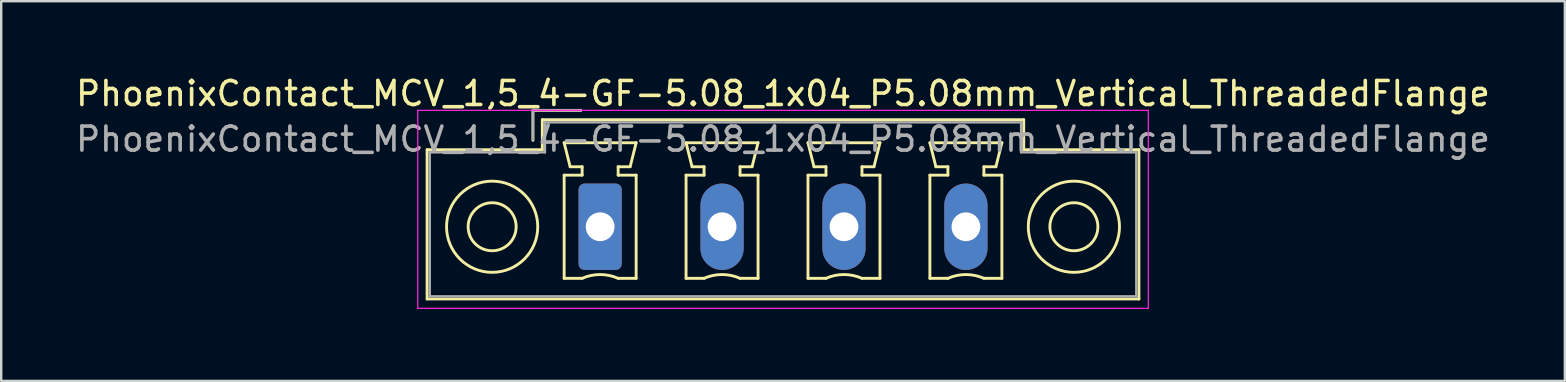
<source format=kicad_pcb>
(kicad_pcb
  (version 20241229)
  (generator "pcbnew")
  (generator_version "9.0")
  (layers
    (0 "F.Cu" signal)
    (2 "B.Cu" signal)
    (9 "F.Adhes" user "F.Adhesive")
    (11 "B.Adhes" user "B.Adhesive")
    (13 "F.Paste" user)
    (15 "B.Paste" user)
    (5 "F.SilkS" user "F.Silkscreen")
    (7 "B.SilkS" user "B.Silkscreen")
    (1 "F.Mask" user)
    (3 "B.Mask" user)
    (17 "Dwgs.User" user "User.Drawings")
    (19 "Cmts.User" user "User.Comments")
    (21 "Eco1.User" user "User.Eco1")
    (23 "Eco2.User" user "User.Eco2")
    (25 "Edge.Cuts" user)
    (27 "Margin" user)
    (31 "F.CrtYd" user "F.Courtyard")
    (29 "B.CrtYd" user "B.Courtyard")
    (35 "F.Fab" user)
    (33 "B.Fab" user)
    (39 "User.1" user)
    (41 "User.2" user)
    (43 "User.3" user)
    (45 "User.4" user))
  (footprint "PhoenixContact_MCV_1,5_4-GF-5.08_1x04_P5.08mm_Vertical_ThreadedFlange"
    (layer "F.Cu")
    (at 21.957 6.398)
    (property "Reference" "PhoenixContact_MCV_1,5_4-GF-5.08_1x04_P5.08mm_Vertical_ThreadedFlange" (at 7.62 -5.55 0) (layer "F.SilkS") (effects (font (size 1 1) (thickness 0.15))))
    (attr through_hole)
    (fp_line (start -7.21 -3.21) (end -7.21 3.01) (stroke (width 0.12) (type solid)) (layer "F.SilkS"))
    (fp_line (start -7.21 3.01) (end 22.45 3.01) (stroke (width 0.12) (type solid)) (layer "F.SilkS"))
    (fp_line (start -2.8 -4.85) (end -0.8 -4.85) (stroke (width 0.12) (type solid)) (layer "F.SilkS"))
    (fp_line (start -2.8 -3.6) (end -2.8 -4.85) (stroke (width 0.12) (type solid)) (layer "F.SilkS"))
    (fp_line (start -2.41 -4.46) (end -2.41 -3.21) (stroke (width 0.12) (type solid)) (layer "F.SilkS"))
    (fp_line (start -2.41 -3.21) (end -7.21 -3.21) (stroke (width 0.12) (type solid)) (layer "F.SilkS"))
    (fp_line (start -1.5 -3.5) (end 1.5 -3.5) (stroke (width 0.12) (type solid)) (layer "F.SilkS"))
    (fp_line (start -1.5 -2.15) (end -0.75 -2.15) (stroke (width 0.12) (type solid)) (layer "F.SilkS"))
    (fp_line (start -1.5 2.15) (end -1.5 -2.15) (stroke (width 0.12) (type solid)) (layer "F.SilkS"))
    (fp_line (start -1.25 -2.5) (end -1.5 -3.5) (stroke (width 0.12) (type solid)) (layer "F.SilkS"))
    (fp_line (start -0.75 -2.5) (end -1.25 -2.5) (stroke (width 0.12) (type solid)) (layer "F.SilkS"))
    (fp_line (start -0.75 -2.15) (end -0.75 -2.5) (stroke (width 0.12) (type solid)) (layer "F.SilkS"))
    (fp_line (start -0.75 2.15) (end -1.5 2.15) (stroke (width 0.12) (type solid)) (layer "F.SilkS"))
    (fp_line (start 0.75 -2.5) (end 0.75 -2.15) (stroke (width 0.12) (type solid)) (layer "F.SilkS"))
    (fp_line (start 0.75 -2.15) (end 1.5 -2.15) (stroke (width 0.12) (type solid)) (layer "F.SilkS"))
    (fp_line (start 1.25 -2.5) (end 0.75 -2.5) (stroke (width 0.12) (type solid)) (layer "F.SilkS"))
    (fp_line (start 1.5 -3.5) (end 1.25 -2.5) (stroke (width 0.12) (type solid)) (layer "F.SilkS"))
    (fp_line (start 1.5 -2.15) (end 1.5 2.15) (stroke (width 0.12) (type solid)) (layer "F.SilkS"))
    (fp_line (start 1.5 2.15) (end 0.75 2.15) (stroke (width 0.12) (type solid)) (layer "F.SilkS"))
    (fp_line (start 3.58 -3.5) (end 6.58 -3.5) (stroke (width 0.12) (type solid)) (layer "F.SilkS"))
    (fp_line (start 3.58 -2.15) (end 4.33 -2.15) (stroke (width 0.12) (type solid)) (layer "F.SilkS"))
    (fp_line (start 3.58 2.15) (end 3.58 -2.15) (stroke (width 0.12) (type solid)) (layer "F.SilkS"))
    (fp_line (start 3.83 -2.5) (end 3.58 -3.5) (stroke (width 0.12) (type solid)) (layer "F.SilkS"))
    (fp_line (start 4.33 -2.5) (end 3.83 -2.5) (stroke (width 0.12) (type solid)) (layer "F.SilkS"))
    (fp_line (start 4.33 -2.15) (end 4.33 -2.5) (stroke (width 0.12) (type solid)) (layer "F.SilkS"))
    (fp_line (start 4.33 2.15) (end 3.58 2.15) (stroke (width 0.12) (type solid)) (layer "F.SilkS"))
    (fp_line (start 5.83 -2.5) (end 5.83 -2.15) (stroke (width 0.12) (type solid)) (layer "F.SilkS"))
    (fp_line (start 5.83 -2.15) (end 6.58 -2.15) (stroke (width 0.12) (type solid)) (layer "F.SilkS"))
    (fp_line (start 6.33 -2.5) (end 5.83 -2.5) (stroke (width 0.12) (type solid)) (layer "F.SilkS"))
    (fp_line (start 6.58 -3.5) (end 6.33 -2.5) (stroke (width 0.12) (type solid)) (layer "F.SilkS"))
    (fp_line (start 6.58 -2.15) (end 6.58 2.15) (stroke (width 0.12) (type solid)) (layer "F.SilkS"))
    (fp_line (start 6.58 2.15) (end 5.83 2.15) (stroke (width 0.12) (type solid)) (layer "F.SilkS"))
    (fp_line (start 8.66 -3.5) (end 11.66 -3.5) (stroke (width 0.12) (type solid)) (layer "F.SilkS"))
    (fp_line (start 8.66 -2.15) (end 9.41 -2.15) (stroke (width 0.12) (type solid)) (layer "F.SilkS"))
    (fp_line (start 8.66 2.15) (end 8.66 -2.15) (stroke (width 0.12) (type solid)) (layer "F.SilkS"))
    (fp_line (start 8.91 -2.5) (end 8.66 -3.5) (stroke (width 0.12) (type solid)) (layer "F.SilkS"))
    (fp_line (start 9.41 -2.5) (end 8.91 -2.5) (stroke (width 0.12) (type solid)) (layer "F.SilkS"))
    (fp_line (start 9.41 -2.15) (end 9.41 -2.5) (stroke (width 0.12) (type solid)) (layer "F.SilkS"))
    (fp_line (start 9.41 2.15) (end 8.66 2.15) (stroke (width 0.12) (type solid)) (layer "F.SilkS"))
    (fp_line (start 10.91 -2.5) (end 10.91 -2.15) (stroke (width 0.12) (type solid)) (layer "F.SilkS"))
    (fp_line (start 10.91 -2.15) (end 11.66 -2.15) (stroke (width 0.12) (type solid)) (layer "F.SilkS"))
    (fp_line (start 11.41 -2.5) (end 10.91 -2.5) (stroke (width 0.12) (type solid)) (layer "F.SilkS"))
    (fp_line (start 11.66 -3.5) (end 11.41 -2.5) (stroke (width 0.12) (type solid)) (layer "F.SilkS"))
    (fp_line (start 11.66 -2.15) (end 11.66 2.15) (stroke (width 0.12) (type solid)) (layer "F.SilkS"))
    (fp_line (start 11.66 2.15) (end 10.91 2.15) (stroke (width 0.12) (type solid)) (layer "F.SilkS"))
    (fp_line (start 13.74 -3.5) (end 16.74 -3.5) (stroke (width 0.12) (type solid)) (layer "F.SilkS"))
    (fp_line (start 13.74 -2.15) (end 14.49 -2.15) (stroke (width 0.12) (type solid)) (layer "F.SilkS"))
    (fp_line (start 13.74 2.15) (end 13.74 -2.15) (stroke (width 0.12) (type solid)) (layer "F.SilkS"))
    (fp_line (start 13.99 -2.5) (end 13.74 -3.5) (stroke (width 0.12) (type solid)) (layer "F.SilkS"))
    (fp_line (start 14.49 -2.5) (end 13.99 -2.5) (stroke (width 0.12) (type solid)) (layer "F.SilkS"))
    (fp_line (start 14.49 -2.15) (end 14.49 -2.5) (stroke (width 0.12) (type solid)) (layer "F.SilkS"))
    (fp_line (start 14.49 2.15) (end 13.74 2.15) (stroke (width 0.12) (type solid)) (layer "F.SilkS"))
    (fp_line (start 15.99 -2.5) (end 15.99 -2.15) (stroke (width 0.12) (type solid)) (layer "F.SilkS"))
    (fp_line (start 15.99 -2.15) (end 16.74 -2.15) (stroke (width 0.12) (type solid)) (layer "F.SilkS"))
    (fp_line (start 16.49 -2.5) (end 15.99 -2.5) (stroke (width 0.12) (type solid)) (layer "F.SilkS"))
    (fp_line (start 16.74 -3.5) (end 16.49 -2.5) (stroke (width 0.12) (type solid)) (layer "F.SilkS"))
    (fp_line (start 16.74 -2.15) (end 16.74 2.15) (stroke (width 0.12) (type solid)) (layer "F.SilkS"))
    (fp_line (start 16.74 2.15) (end 15.99 2.15) (stroke (width 0.12) (type solid)) (layer "F.SilkS"))
    (fp_line (start 17.65 -4.46) (end -2.41 -4.46) (stroke (width 0.12) (type solid)) (layer "F.SilkS"))
    (fp_line (start 17.65 -3.21) (end 17.65 -4.46) (stroke (width 0.12) (type solid)) (layer "F.SilkS"))
    (fp_line (start 22.45 -3.21) (end 17.65 -3.21) (stroke (width 0.12) (type solid)) (layer "F.SilkS"))
    (fp_line (start 22.45 3.01) (end 22.45 -3.21) (stroke (width 0.12) (type solid)) (layer "F.SilkS"))
    (fp_arc (start -0.75 2.15) (mid -0.000193 1.99191) (end 0.749647 2.149844) (stroke (width 0.12) (type solid)) (layer "F.SilkS"))
    (fp_arc (start 4.33 2.15) (mid 5.079807 1.99191) (end 5.829647 2.149844) (stroke (width 0.12) (type solid)) (layer "F.SilkS"))
    (fp_arc (start 9.41 2.15) (mid 10.159807 1.99191) (end 10.909647 2.149844) (stroke (width 0.12) (type solid)) (layer "F.SilkS"))
    (fp_arc (start 14.49 2.15) (mid 15.239807 1.99191) (end 15.989647 2.149844) (stroke (width 0.12) (type solid)) (layer "F.SilkS"))
    (fp_circle (center -4.5 0) (end -3.5 0) (stroke (width 0.12) (type solid)) (fill no) (layer "F.SilkS"))
    (fp_circle (center -4.5 0) (end -2.6 0) (stroke (width 0.12) (type solid)) (fill no) (layer "F.SilkS"))
    (fp_circle (center 19.74 0) (end 20.74 0) (stroke (width 0.12) (type solid)) (fill no) (layer "F.SilkS"))
    (fp_circle (center 19.74 0) (end 21.64 0) (stroke (width 0.12) (type solid)) (fill no) (layer "F.SilkS"))
    (fp_line (start -7.6 -4.85) (end -7.6 3.4) (stroke (width 0.05) (type solid)) (layer "F.CrtYd"))
    (fp_line (start -7.6 3.4) (end 22.84 3.4) (stroke (width 0.05) (type solid)) (layer "F.CrtYd"))
    (fp_line (start 22.84 -4.85) (end -7.6 -4.85) (stroke (width 0.05) (type solid)) (layer "F.CrtYd"))
    (fp_line (start 22.84 3.4) (end 22.84 -4.85) (stroke (width 0.05) (type solid)) (layer "F.CrtYd"))
    (fp_line (start -7.1 -3.1) (end -7.1 2.9) (stroke (width 0.1) (type solid)) (layer "F.Fab"))
    (fp_line (start -7.1 2.9) (end 22.34 2.9) (stroke (width 0.1) (type solid)) (layer "F.Fab"))
    (fp_line (start -2.8 -4.85) (end -0.8 -4.85) (stroke (width 0.1) (type solid)) (layer "F.Fab"))
    (fp_line (start -2.8 -3.6) (end -2.8 -4.85) (stroke (width 0.1) (type solid)) (layer "F.Fab"))
    (fp_line (start -2.3 -4.35) (end -2.3 -3.1) (stroke (width 0.1) (type solid)) (layer "F.Fab"))
    (fp_line (start -2.3 -3.1) (end -7.1 -3.1) (stroke (width 0.1) (type solid)) (layer "F.Fab"))
    (fp_line (start 17.54 -4.35) (end -2.3 -4.35) (stroke (width 0.1) (type solid)) (layer "F.Fab"))
    (fp_line (start 17.54 -3.1) (end 17.54 -4.35) (stroke (width 0.1) (type solid)) (layer "F.Fab"))
    (fp_line (start 22.34 -3.1) (end 17.54 -3.1) (stroke (width 0.1) (type solid)) (layer "F.Fab"))
    (fp_line (start 22.34 2.9) (end 22.34 -3.1) (stroke (width 0.1) (type solid)) (layer "F.Fab"))
    (fp_text user "${REFERENCE}" (at 7.62 -3.65 0) (layer "F.Fab") (effects (font (size 1 1) (thickness 0.15))))
    (pad "1" thru_hole roundrect (at 0 0) (size 1.8 3.6) (drill 1.2) (layers "*.Cu" "*.Mask") (roundrect_rratio 0.139))
    (pad "2" thru_hole oval (at 5.08 0) (size 1.8 3.6) (drill 1.2) (layers "*.Cu" "*.Mask"))
    (pad "3" thru_hole oval (at 10.16 0) (size 1.8 3.6) (drill 1.2) (layers "*.Cu" "*.Mask"))
    (pad "4" thru_hole oval (at 15.24 0) (size 1.8 3.6) (drill 1.2) (layers "*.Cu" "*.Mask")))
  (gr_rect
    (start -3 -3)
    (end 62.155 12.823)
    (stroke (width 0.1) (type default))
    (fill no)
    (layer "Edge.Cuts")))
</source>
